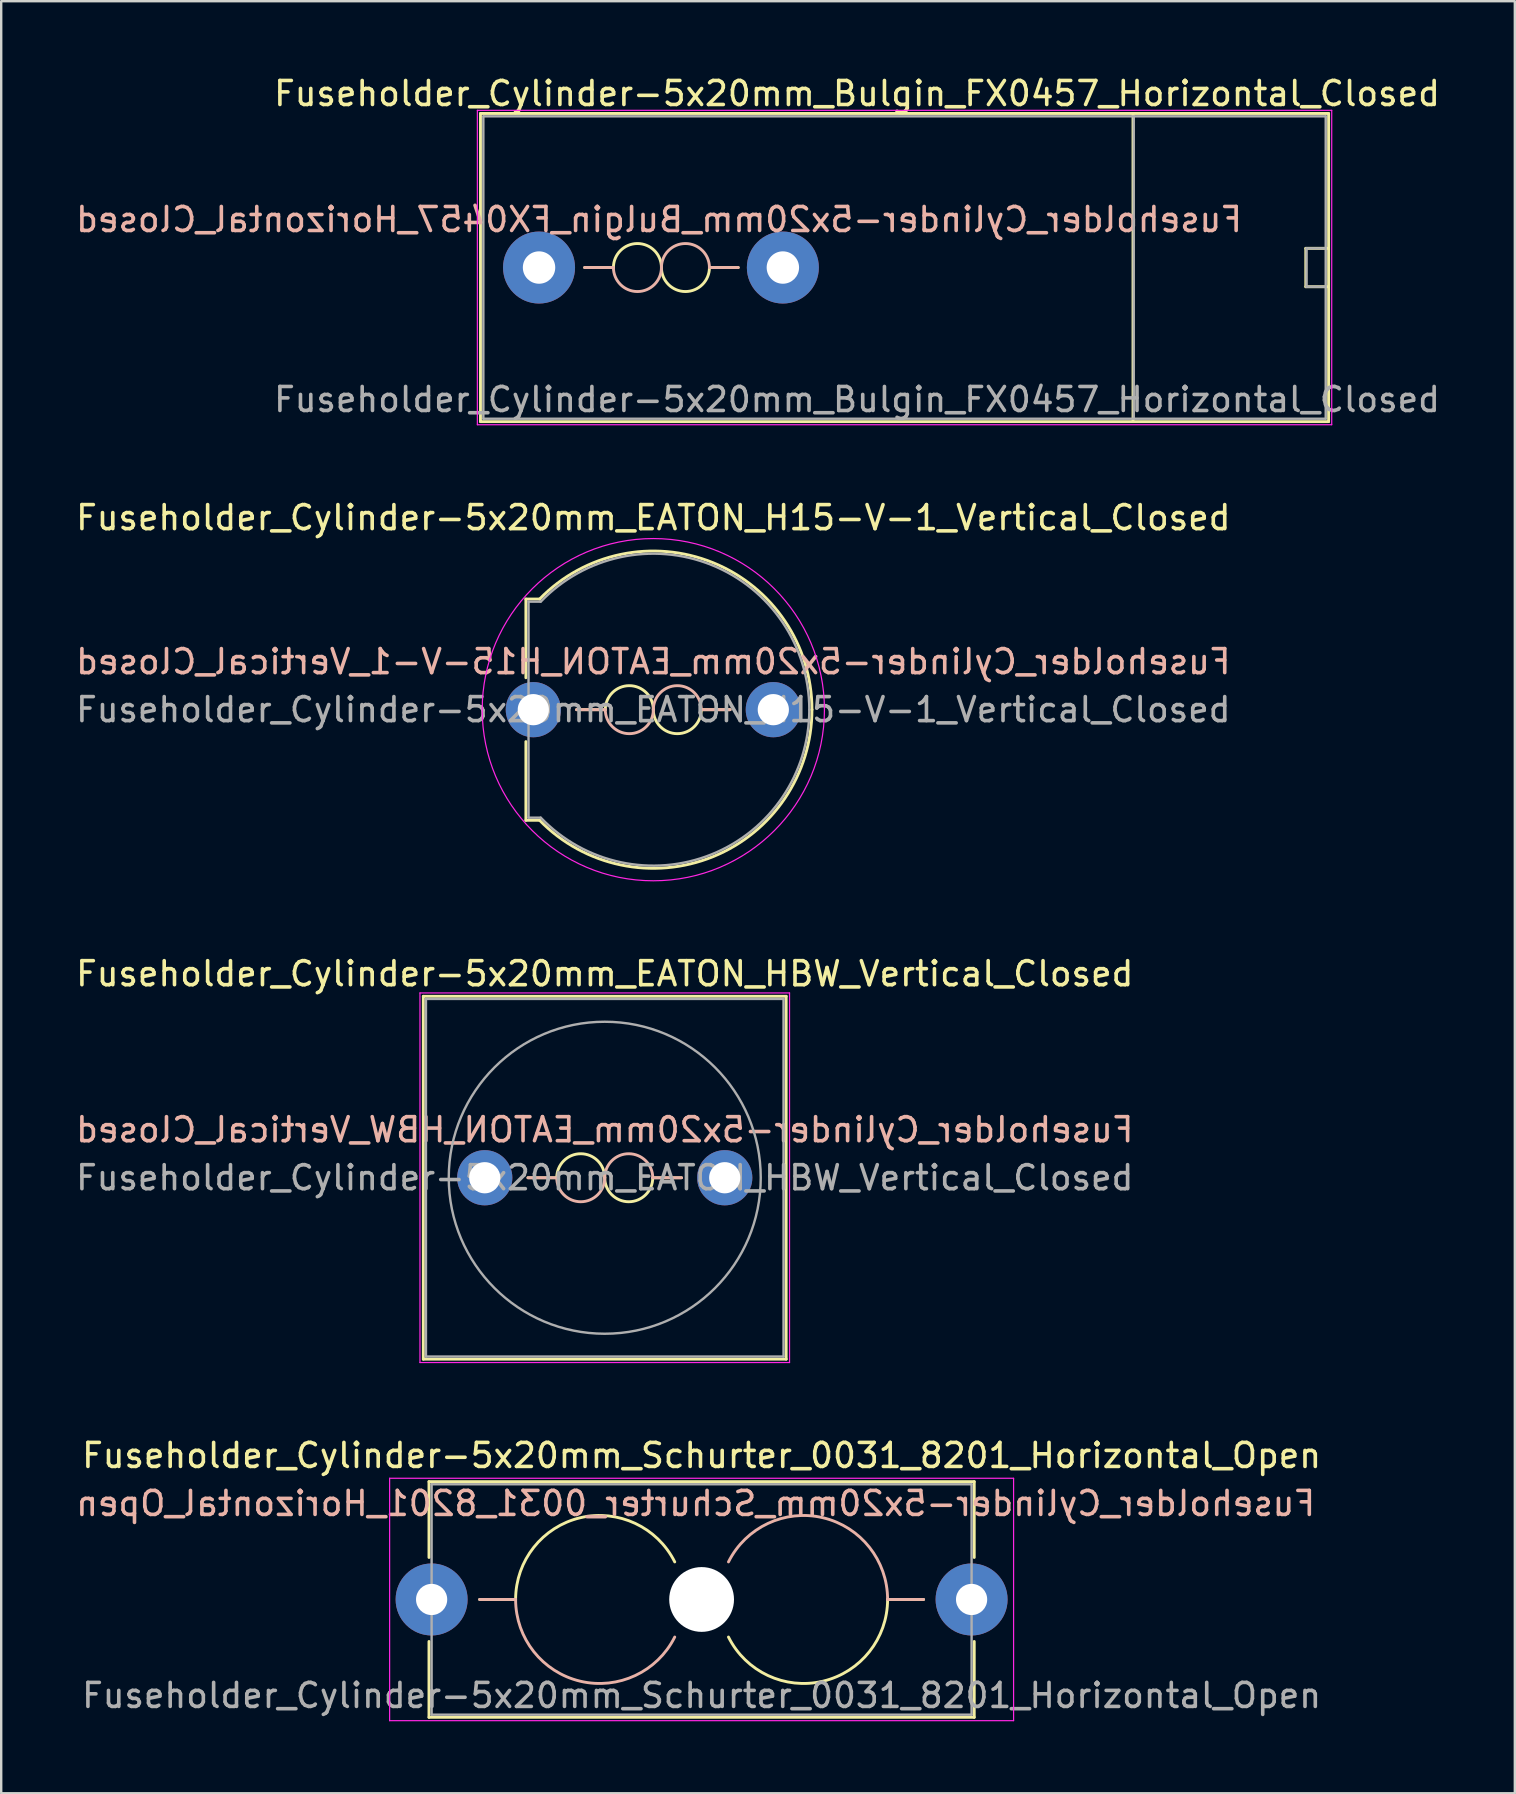
<source format=kicad_pcb>
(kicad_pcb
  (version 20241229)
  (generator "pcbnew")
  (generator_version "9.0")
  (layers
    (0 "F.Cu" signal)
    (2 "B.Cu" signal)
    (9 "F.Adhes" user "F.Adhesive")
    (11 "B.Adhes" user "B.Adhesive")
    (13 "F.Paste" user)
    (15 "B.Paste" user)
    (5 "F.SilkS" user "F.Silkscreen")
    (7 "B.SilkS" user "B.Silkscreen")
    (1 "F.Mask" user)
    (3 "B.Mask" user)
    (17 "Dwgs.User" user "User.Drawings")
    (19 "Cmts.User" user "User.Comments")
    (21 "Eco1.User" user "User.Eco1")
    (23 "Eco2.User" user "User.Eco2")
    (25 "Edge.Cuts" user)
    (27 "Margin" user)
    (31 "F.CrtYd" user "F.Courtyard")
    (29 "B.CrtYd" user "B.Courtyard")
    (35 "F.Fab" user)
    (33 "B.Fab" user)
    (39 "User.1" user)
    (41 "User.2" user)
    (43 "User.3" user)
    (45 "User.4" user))
  (footprint "Fuseholder_Cylinder-5x20mm_EATON_HBW_Vertical_Closed"
    (layer "F.Cu")
    (at 17.149 46.025)
    (property "Reference" "Fuseholder_Cylinder-5x20mm_EATON_HBW_Vertical_Closed" (at 5 -8.5 0) (layer "F.SilkS") (effects (font (size 1 1) (thickness 0.15))))
    (fp_line (start -2.56 -7.56) (end 12.56 -7.56) (stroke (width 0.12) (type solid)) (layer "F.SilkS"))
    (fp_line (start -2.56 7.56) (end -2.56 -7.56) (stroke (width 0.12) (type solid)) (layer "F.SilkS"))
    (fp_line (start 3 0) (end 1.8 0) (stroke (width 0.12) (type solid)) (layer "F.SilkS"))
    (fp_line (start 8.2 0) (end 7 0) (stroke (width 0.12) (type solid)) (layer "F.SilkS"))
    (fp_line (start 12.56 -7.56) (end 12.56 7.56) (stroke (width 0.12) (type solid)) (layer "F.SilkS"))
    (fp_line (start 12.56 7.56) (end -2.56 7.56) (stroke (width 0.12) (type solid)) (layer "F.SilkS"))
    (fp_arc (start 3 0) (mid 4 -1) (end 5 0) (stroke (width 0.12) (type solid)) (layer "F.SilkS"))
    (fp_arc (start 7 0) (mid 6 1) (end 5 0) (stroke (width 0.12) (type solid)) (layer "F.SilkS"))
    (fp_line (start 3 0) (end 1.8 0) (stroke (width 0.12) (type solid)) (layer "B.SilkS"))
    (fp_line (start 8.2 0) (end 7 0) (stroke (width 0.12) (type solid)) (layer "B.SilkS"))
    (fp_arc (start 5 0) (mid 4 1) (end 3 0) (stroke (width 0.12) (type solid)) (layer "B.SilkS"))
    (fp_arc (start 5 0) (mid 6 -1) (end 7 0) (stroke (width 0.12) (type solid)) (layer "B.SilkS"))
    (fp_line (start -2.7 -7.7) (end 12.7 -7.7) (stroke (width 0.05) (type solid)) (layer "F.CrtYd"))
    (fp_line (start -2.7 7.7) (end -2.7 -7.7) (stroke (width 0.05) (type solid)) (layer "F.CrtYd"))
    (fp_line (start 12.7 -7.7) (end 12.7 7.7) (stroke (width 0.05) (type solid)) (layer "F.CrtYd"))
    (fp_line (start 12.7 7.7) (end -2.7 7.7) (stroke (width 0.05) (type solid)) (layer "F.CrtYd"))
    (fp_line (start -2.45 -7.45) (end 12.45 -7.45) (stroke (width 0.1) (type solid)) (layer "F.Fab"))
    (fp_line (start -2.45 7.45) (end -2.45 -7.45) (stroke (width 0.1) (type solid)) (layer "F.Fab"))
    (fp_line (start 12.45 -7.45) (end 12.45 7.45) (stroke (width 0.1) (type solid)) (layer "F.Fab"))
    (fp_line (start 12.45 7.45) (end -2.45 7.45) (stroke (width 0.1) (type solid)) (layer "F.Fab"))
    (fp_circle (center 5 0) (end 11.5 0) (stroke (width 0.1) (type solid)) (fill no) (layer "F.Fab"))
    (fp_text user "${REFERENCE}" (at 5 -2 0) (layer "B.SilkS") (effects (font (size 1 1) (thickness 0.15)) (justify mirror)))
    (fp_text user "${REFERENCE}" (at 5 0 0) (layer "F.Fab") (effects (font (size 1 1) (thickness 0.15))))
    (pad "1" thru_hole circle (at 0 0) (size 2.3 2.3) (drill 1.3) (layers "*.Cu" "*.Mask"))
    (pad "2" thru_hole circle (at 10 0) (size 2.3 2.3) (drill 1.3) (layers "*.Cu" "*.Mask")))
  (footprint "Fuseholder_Cylinder-5x20mm_Schurter_0031_8201_Horizontal_Open"
    (layer "F.Cu")
    (at 14.935 63.598)
    (property "Reference" "Fuseholder_Cylinder-5x20mm_Schurter_0031_8201_Horizontal_Open" (at 11.25 -6 0) (layer "F.SilkS") (effects (font (size 1 1) (thickness 0.15))))
    (fp_line (start -0.11 -4.91) (end 22.61 -4.91) (stroke (width 0.12) (type solid)) (layer "F.SilkS"))
    (fp_line (start -0.11 -1.75) (end -0.11 -4.91) (stroke (width 0.12) (type solid)) (layer "F.SilkS"))
    (fp_line (start -0.11 4.91) (end -0.11 1.75) (stroke (width 0.12) (type solid)) (layer "F.SilkS"))
    (fp_line (start -0.11 4.91) (end 22.61 4.91) (stroke (width 0.12) (type solid)) (layer "F.SilkS"))
    (fp_line (start 2 0) (end 3.5 0) (stroke (width 0.12) (type solid)) (layer "F.SilkS"))
    (fp_line (start 19.5 0) (end 19 0) (stroke (width 0.12) (type solid)) (layer "F.SilkS"))
    (fp_line (start 20.5 0) (end 19.5 0) (stroke (width 0.12) (type solid)) (layer "F.SilkS"))
    (fp_line (start 22.61 -1.75) (end 22.61 -4.91) (stroke (width 0.12) (type solid)) (layer "F.SilkS"))
    (fp_line (start 22.61 4.91) (end 22.61 1.75) (stroke (width 0.12) (type solid)) (layer "F.SilkS"))
    (fp_arc (start 3.5 0) (mid 6.195865 -3.406371) (end 10.130495 -1.565248) (stroke (width 0.12) (type solid)) (layer "F.SilkS"))
    (fp_arc (start 19 0) (mid 16.304135 3.406371) (end 12.369505 1.565248) (stroke (width 0.12) (type solid)) (layer "F.SilkS"))
    (fp_line (start 2 0) (end 3.5 0) (stroke (width 0.12) (type solid)) (layer "B.SilkS"))
    (fp_line (start 19.5 0) (end 19 0) (stroke (width 0.12) (type solid)) (layer "B.SilkS"))
    (fp_line (start 20.5 0) (end 19.5 0) (stroke (width 0.12) (type solid)) (layer "B.SilkS"))
    (fp_arc (start 10.130495 1.565248) (mid 6.195865 3.406371) (end 3.5 0) (stroke (width 0.12) (type solid)) (layer "B.SilkS"))
    (fp_arc (start 12.369505 -1.565248) (mid 16.304135 -3.406371) (end 19 0) (stroke (width 0.12) (type solid)) (layer "B.SilkS"))
    (fp_line (start -1.75 -5.05) (end 24.25 -5.05) (stroke (width 0.05) (type solid)) (layer "F.CrtYd"))
    (fp_line (start -1.75 5.05) (end -1.75 -5.05) (stroke (width 0.05) (type solid)) (layer "F.CrtYd"))
    (fp_line (start 24.25 -5.05) (end 24.25 5.05) (stroke (width 0.05) (type solid)) (layer "F.CrtYd"))
    (fp_line (start 24.25 5.05) (end -1.75 5.05) (stroke (width 0.05) (type solid)) (layer "F.CrtYd"))
    (fp_line (start 0 -4.8) (end 0 4.8) (stroke (width 0.1) (type solid)) (layer "F.Fab"))
    (fp_line (start 0 4.8) (end 22.5 4.8) (stroke (width 0.1) (type solid)) (layer "F.Fab"))
    (fp_line (start 22.5 -4.8) (end 0 -4.8) (stroke (width 0.1) (type solid)) (layer "F.Fab"))
    (fp_line (start 22.5 4.8) (end 22.5 -4.8) (stroke (width 0.1) (type solid)) (layer "F.Fab"))
    (fp_text user "${REFERENCE}" (at 11 -4 0) (layer "B.SilkS") (effects (font (size 1 1) (thickness 0.15)) (justify mirror)))
    (fp_text user "${REFERENCE}" (at 11.25 4 0) (layer "F.Fab") (effects (font (size 1 1) (thickness 0.15))))
    (pad "" np_thru_hole circle (at 11.25 0) (size 2.7 2.7) (drill 2.7) (layers "*.Cu" "*.Mask"))
    (pad "1" thru_hole circle (at 0 0) (size 3 3) (drill 1.3) (layers "*.Cu" "*.Mask"))
    (pad "2" thru_hole circle (at 22.5 0) (size 3 3) (drill 1.3) (layers "*.Cu" "*.Mask")))
  (footprint "Fuseholder_Cylinder-5x20mm_EATON_H15-V-1_Vertical_Closed"
    (layer "F.Cu")
    (at 19.173 26.521)
    (property "Reference" "Fuseholder_Cylinder-5x20mm_EATON_H15-V-1_Vertical_Closed" (at 5 -8 0) (layer "F.SilkS") (effects (font (size 1 1) (thickness 0.15))))
    (fp_line (start -0.31 -4.61) (end -0.31 -1.33) (stroke (width 0.12) (type solid)) (layer "F.SilkS"))
    (fp_line (start -0.31 1.33) (end -0.31 4.61) (stroke (width 0.12) (type solid)) (layer "F.SilkS"))
    (fp_line (start 0.26 -4.61) (end -0.31 -4.61) (stroke (width 0.12) (type solid)) (layer "F.SilkS"))
    (fp_line (start 0.26 4.61) (end -0.31 4.61) (stroke (width 0.12) (type solid)) (layer "F.SilkS"))
    (fp_line (start 3 0) (end 1.8 0) (stroke (width 0.12) (type solid)) (layer "F.SilkS"))
    (fp_line (start 8.2 0) (end 7 0) (stroke (width 0.12) (type solid)) (layer "F.SilkS"))
    (fp_arc (start 0.261221 -4.608261) (mid 7.486842 -6.124354) (end 11.61 0) (stroke (width 0.12) (type solid)) (layer "F.SilkS"))
    (fp_arc (start 3 0) (mid 4 -1) (end 5 0) (stroke (width 0.12) (type solid)) (layer "F.SilkS"))
    (fp_arc (start 7 0) (mid 6 1) (end 5 0) (stroke (width 0.12) (type solid)) (layer "F.SilkS"))
    (fp_arc (start 11.61 0) (mid 7.486842 6.124354) (end 0.261221 4.608261) (stroke (width 0.12) (type solid)) (layer "F.SilkS"))
    (fp_line (start 3 0) (end 1.8 0) (stroke (width 0.12) (type solid)) (layer "B.SilkS"))
    (fp_line (start 8.2 0) (end 7 0) (stroke (width 0.12) (type solid)) (layer "B.SilkS"))
    (fp_arc (start 5 0) (mid 4 1) (end 3 0) (stroke (width 0.12) (type solid)) (layer "B.SilkS"))
    (fp_arc (start 5 0) (mid 6 -1) (end 7 0) (stroke (width 0.12) (type solid)) (layer "B.SilkS"))
    (fp_circle (center 5 0) (end 12.13 0) (stroke (width 0.05) (type solid)) (fill no) (layer "F.CrtYd"))
    (fp_line (start -0.2 -4.5) (end -0.2 4.5) (stroke (width 0.1) (type solid)) (layer "F.Fab"))
    (fp_line (start 0.3 -4.5) (end -0.2 -4.5) (stroke (width 0.1) (type solid)) (layer "F.Fab"))
    (fp_line (start 0.3 4.5) (end -0.2 4.5) (stroke (width 0.1) (type solid)) (layer "F.Fab"))
    (fp_arc (start 0.308559 -4.498931) (mid 7.424421 -6.030935) (end 11.5 0) (stroke (width 0.1) (type solid)) (layer "F.Fab"))
    (fp_arc (start 11.5 0) (mid 7.424421 6.030936) (end 0.308559 4.498931) (stroke (width 0.1) (type solid)) (layer "F.Fab"))
    (fp_text user "${REFERENCE}" (at 5 -2 0) (layer "B.SilkS") (effects (font (size 1 1) (thickness 0.15)) (justify mirror)))
    (fp_text user "${REFERENCE}" (at 5 0 0) (layer "F.Fab") (effects (font (size 1 1) (thickness 0.15))))
    (pad "1" thru_hole circle (at 0 0) (size 2.3 2.3) (drill 1.3) (layers "*.Cu" "*.Mask"))
    (pad "2" thru_hole circle (at 10 0) (size 2.3 2.3) (drill 1.3) (layers "*.Cu" "*.Mask")))
  (footprint "Fuseholder_Cylinder-5x20mm_Bulgin_FX0457_Horizontal_Closed"
    (layer "F.Cu")
    (at 19.411 8.098)
    (property "Reference" "Fuseholder_Cylinder-5x20mm_Bulgin_FX0457_Horizontal_Closed" (at 13.25 -7.25 0) (layer "F.SilkS") (effects (font (size 1 1) (thickness 0.15))))
    (fp_line (start -2.44 -6.42) (end -2.44 6.42) (stroke (width 0.12) (type solid)) (layer "F.SilkS"))
    (fp_line (start -2.44 -6.42) (end 32.9 -6.42) (stroke (width 0.12) (type solid)) (layer "F.SilkS"))
    (fp_line (start 3.1 0) (end 1.9 0) (stroke (width 0.12) (type solid)) (layer "F.SilkS"))
    (fp_line (start 8.3 0) (end 7.1 0) (stroke (width 0.12) (type solid)) (layer "F.SilkS"))
    (fp_line (start 24.75 -6.4) (end 24.75 6.4) (stroke (width 0.12) (type solid)) (layer "F.SilkS"))
    (fp_line (start 31.95 -0.8) (end 31.95 0.8) (stroke (width 0.12) (type solid)) (layer "F.SilkS"))
    (fp_line (start 31.95 0.8) (end 32.85 0.8) (stroke (width 0.12) (type solid)) (layer "F.SilkS"))
    (fp_line (start 32.85 -0.8) (end 31.95 -0.8) (stroke (width 0.12) (type solid)) (layer "F.SilkS"))
    (fp_line (start 32.9 6.42) (end -2.44 6.42) (stroke (width 0.12) (type solid)) (layer "F.SilkS"))
    (fp_line (start 32.9 6.42) (end 32.9 -6.42) (stroke (width 0.12) (type solid)) (layer "F.SilkS"))
    (fp_arc (start 3.1 0) (mid 4.1 -1) (end 5.1 0) (stroke (width 0.12) (type solid)) (layer "F.SilkS"))
    (fp_arc (start 7.1 0) (mid 6.1 1) (end 5.1 0) (stroke (width 0.12) (type solid)) (layer "F.SilkS"))
    (fp_line (start 3.1 0) (end 1.9 0) (stroke (width 0.12) (type solid)) (layer "B.SilkS"))
    (fp_line (start 8.3 0) (end 7.1 0) (stroke (width 0.12) (type solid)) (layer "B.SilkS"))
    (fp_arc (start 5.1 0) (mid 4.1 1) (end 3.1 0) (stroke (width 0.12) (type solid)) (layer "B.SilkS"))
    (fp_arc (start 5.1 0) (mid 6.1 -1) (end 7.1 0) (stroke (width 0.12) (type solid)) (layer "B.SilkS"))
    (fp_line (start -2.57 -6.55) (end -2.57 6.55) (stroke (width 0.05) (type solid)) (layer "F.CrtYd"))
    (fp_line (start -2.57 -6.55) (end 33.03 -6.55) (stroke (width 0.05) (type solid)) (layer "F.CrtYd"))
    (fp_line (start 33.03 6.55) (end -2.57 6.55) (stroke (width 0.05) (type solid)) (layer "F.CrtYd"))
    (fp_line (start 33.03 6.55) (end 33.03 -6.55) (stroke (width 0.05) (type solid)) (layer "F.CrtYd"))
    (fp_line (start -2.32 6.3) (end -2.32 -6.3) (stroke (width 0.1) (type solid)) (layer "F.Fab"))
    (fp_line (start -2.32 6.3) (end 32.78 6.3) (stroke (width 0.1) (type solid)) (layer "F.Fab"))
    (fp_line (start 24.78 6.3) (end 24.78 -6.3) (stroke (width 0.1) (type solid)) (layer "F.Fab"))
    (fp_line (start 31.98 -0.8) (end 31.98 0.8) (stroke (width 0.1) (type solid)) (layer "F.Fab"))
    (fp_line (start 31.98 0.8) (end 32.78 0.8) (stroke (width 0.1) (type solid)) (layer "F.Fab"))
    (fp_line (start 32.78 -6.3) (end -2.32 -6.3) (stroke (width 0.1) (type solid)) (layer "F.Fab"))
    (fp_line (start 32.78 -0.8) (end 31.98 -0.8) (stroke (width 0.1) (type solid)) (layer "F.Fab"))
    (fp_line (start 32.78 6.3) (end 32.78 -6.3) (stroke (width 0.1) (type solid)) (layer "F.Fab"))
    (fp_text user "${REFERENCE}" (at 5 -2 0) (layer "B.SilkS") (effects (font (size 1 1) (thickness 0.15)) (justify mirror)))
    (fp_text user "${REFERENCE}" (at 13.25 5.5 0) (layer "F.Fab") (effects (font (size 1 1) (thickness 0.15))))
    (pad "1" thru_hole circle (at 0 0) (size 3 3) (drill 1.35) (layers "*.Cu" "*.Mask"))
    (pad "2" thru_hole circle (at 10.16 0) (size 3 3) (drill 1.35) (layers "*.Cu" "*.Mask")))
  (gr_rect
    (start -3 -3)
    (end 60.071 71.673)
    (stroke (width 0.1) (type default))
    (fill no)
    (layer "Edge.Cuts")))
</source>
